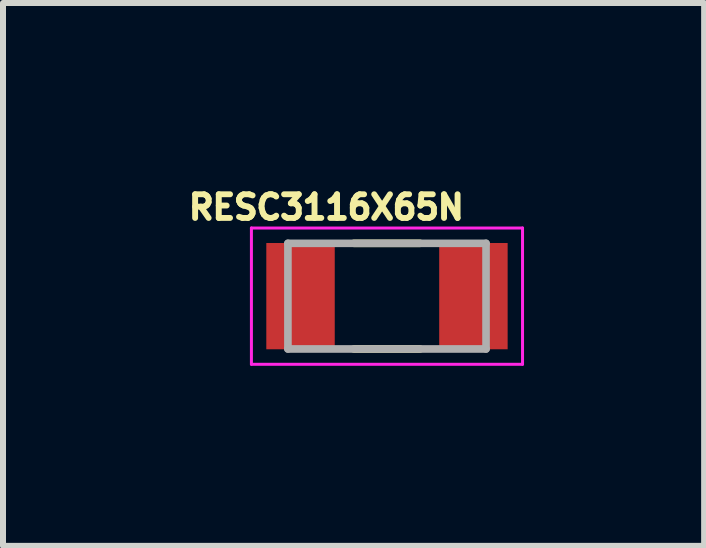
<source format=kicad_pcb>
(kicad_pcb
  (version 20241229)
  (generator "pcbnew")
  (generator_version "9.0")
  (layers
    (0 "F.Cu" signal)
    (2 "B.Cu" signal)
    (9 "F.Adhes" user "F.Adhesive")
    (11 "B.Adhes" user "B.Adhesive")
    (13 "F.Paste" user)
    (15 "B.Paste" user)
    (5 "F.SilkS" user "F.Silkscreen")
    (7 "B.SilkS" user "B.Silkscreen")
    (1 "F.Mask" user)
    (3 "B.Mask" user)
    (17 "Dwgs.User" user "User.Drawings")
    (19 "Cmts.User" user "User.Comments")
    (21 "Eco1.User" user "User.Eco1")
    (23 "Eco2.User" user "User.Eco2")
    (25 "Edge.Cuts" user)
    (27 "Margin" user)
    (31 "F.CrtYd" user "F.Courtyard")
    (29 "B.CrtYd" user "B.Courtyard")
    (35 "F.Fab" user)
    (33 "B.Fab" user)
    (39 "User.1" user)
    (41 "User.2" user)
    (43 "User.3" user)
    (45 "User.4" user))
  (footprint "RESC3116X65N"
    (layer "F.Cu")
    (at 3.396 1.883)
    (property "Reference" "RESC3116X65N" (at -1.01 -1.48 0) (layer "F.SilkS") (effects (font (size 0.394 0.394) (thickness 0.15))))
    (attr smd)
    (fp_line (start -0.55 -0.88) (end 0.55 -0.88) (stroke (width 0.127) (type solid)) (layer "F.SilkS"))
    (fp_line (start -0.55 0.88) (end 0.55 0.88) (stroke (width 0.127) (type solid)) (layer "F.SilkS"))
    (fp_line (start -2.258 -1.135) (end 2.258 -1.135) (stroke (width 0.05) (type solid)) (layer "F.CrtYd"))
    (fp_line (start -2.258 1.135) (end -2.258 -1.135) (stroke (width 0.05) (type solid)) (layer "F.CrtYd"))
    (fp_line (start -2.258 1.135) (end 2.258 1.135) (stroke (width 0.05) (type solid)) (layer "F.CrtYd"))
    (fp_line (start 2.258 1.135) (end 2.258 -1.135) (stroke (width 0.05) (type solid)) (layer "F.CrtYd"))
    (fp_line (start -1.65 0.88) (end -1.65 -0.88) (stroke (width 0.127) (type solid)) (layer "F.Fab"))
    (fp_line (start 1.65 -0.88) (end -1.65 -0.88) (stroke (width 0.127) (type solid)) (layer "F.Fab"))
    (fp_line (start 1.65 0.88) (end -1.65 0.88) (stroke (width 0.127) (type solid)) (layer "F.Fab"))
    (fp_line (start 1.65 0.88) (end 1.65 -0.88) (stroke (width 0.127) (type solid)) (layer "F.Fab"))
    (pad "1" smd rect (at -1.44 0) (size 1.14 1.77) (layers "F.Cu" "F.Mask" "F.Paste"))
    (pad "2" smd rect (at 1.44 0) (size 1.14 1.77) (layers "F.Cu" "F.Mask" "F.Paste")))
  (gr_rect
    (start -3 -3)
    (end 8.679 6.043)
    (stroke (width 0.1) (type default))
    (fill no)
    (layer "Edge.Cuts")))
</source>
